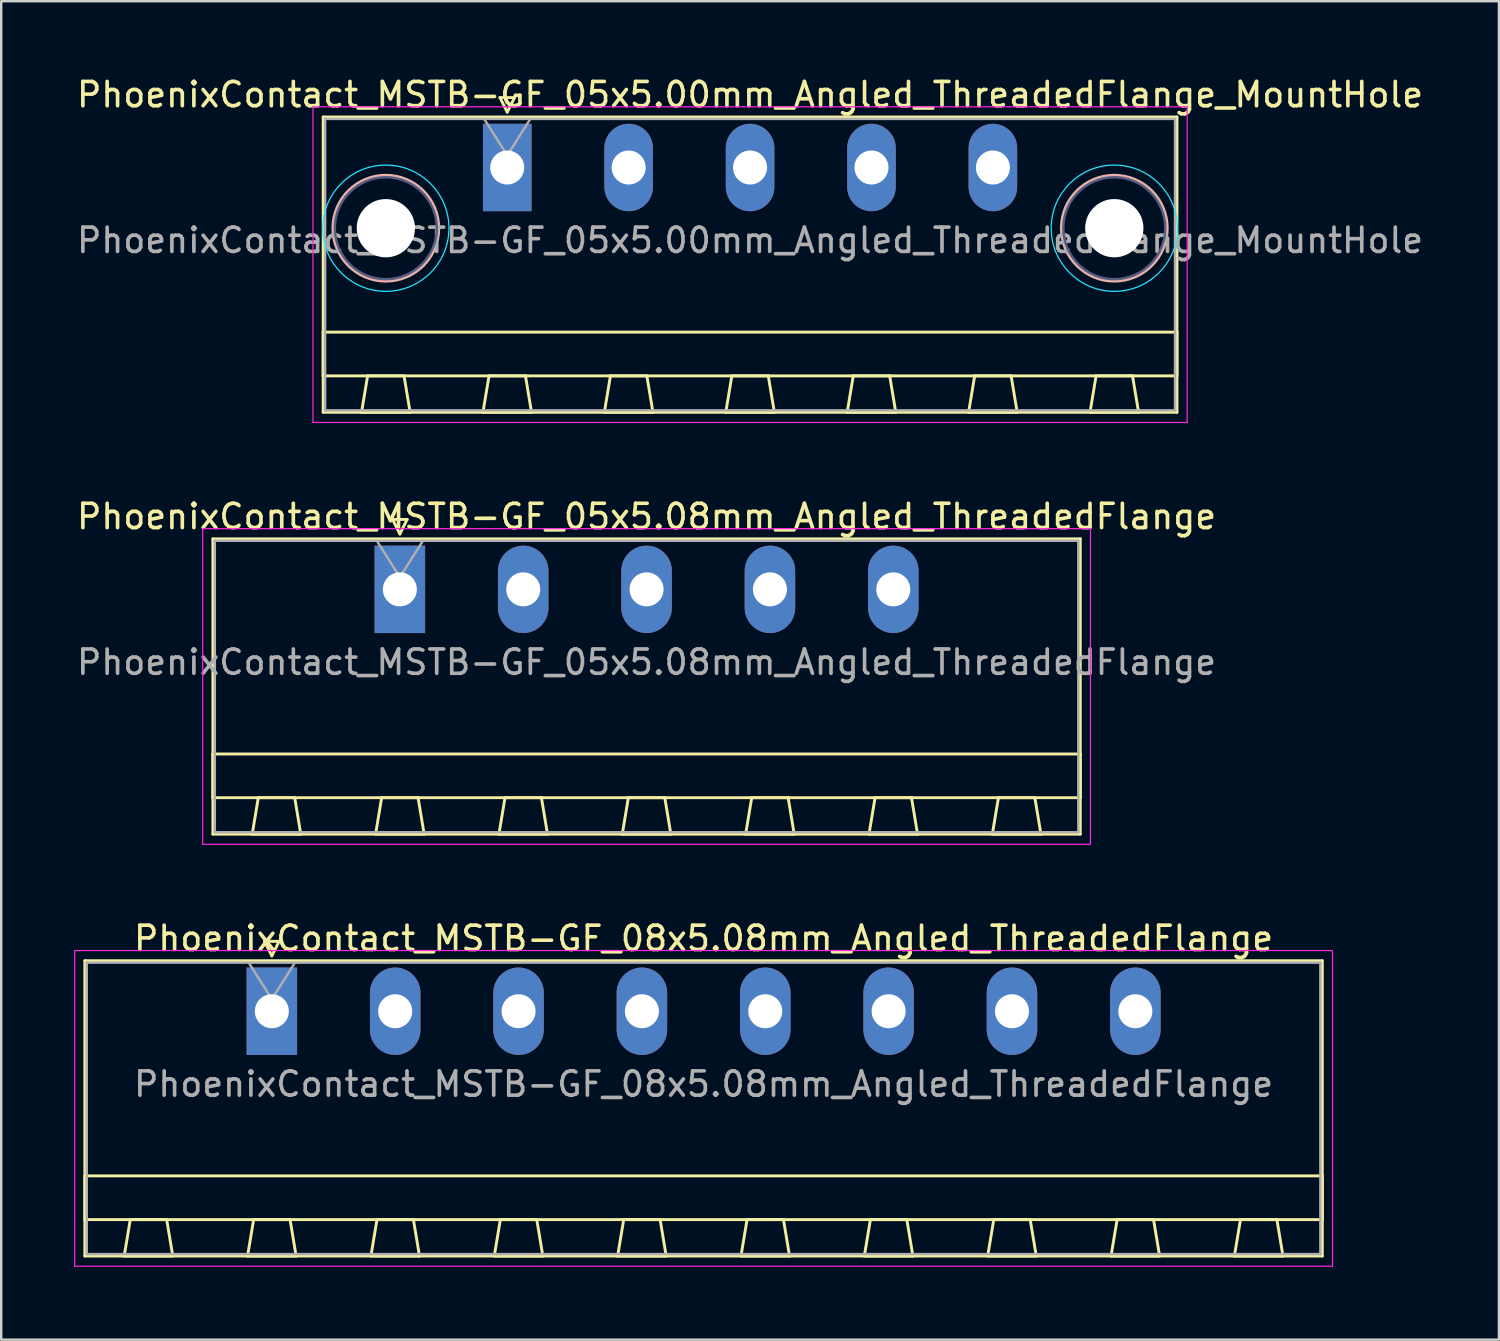
<source format=kicad_pcb>
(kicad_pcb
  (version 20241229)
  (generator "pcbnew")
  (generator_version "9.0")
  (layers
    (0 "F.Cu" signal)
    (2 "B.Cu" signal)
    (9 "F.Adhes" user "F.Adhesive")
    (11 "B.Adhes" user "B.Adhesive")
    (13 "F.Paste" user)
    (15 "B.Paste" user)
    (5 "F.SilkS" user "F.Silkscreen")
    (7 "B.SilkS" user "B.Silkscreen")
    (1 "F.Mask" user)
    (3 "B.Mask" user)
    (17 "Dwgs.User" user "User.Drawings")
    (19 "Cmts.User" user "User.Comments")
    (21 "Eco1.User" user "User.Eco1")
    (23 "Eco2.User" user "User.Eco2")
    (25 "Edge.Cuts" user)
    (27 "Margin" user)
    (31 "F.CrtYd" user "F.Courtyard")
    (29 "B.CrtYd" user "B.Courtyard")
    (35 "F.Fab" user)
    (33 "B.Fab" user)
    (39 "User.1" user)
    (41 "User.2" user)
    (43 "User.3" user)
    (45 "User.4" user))
  (footprint "PhoenixContact_MSTB-GF_05x5.08mm_Angled_ThreadedFlange"
    (layer "F.Cu")
    (at 13.417 21.221)
    (property "Reference" "PhoenixContact_MSTB-GF_05x5.08mm_Angled_ThreadedFlange" (at 10.16 -3 0) (layer "F.SilkS") (effects (font (size 1 1) (thickness 0.15))))
    (attr through_hole)
    (fp_line (start -7.7 -2.08) (end -7.7 10.08) (stroke (width 0.12) (type solid)) (layer "F.SilkS"))
    (fp_line (start -7.7 6.78) (end 28.02 6.78) (stroke (width 0.12) (type solid)) (layer "F.SilkS"))
    (fp_line (start -7.7 8.58) (end -7.7 6.78) (stroke (width 0.12) (type solid)) (layer "F.SilkS"))
    (fp_line (start -7.7 10.08) (end 28.02 10.08) (stroke (width 0.12) (type solid)) (layer "F.SilkS"))
    (fp_line (start -6.08 10.08) (end -4.08 10.08) (stroke (width 0.12) (type solid)) (layer "F.SilkS"))
    (fp_line (start -5.83 8.58) (end -6.08 10.08) (stroke (width 0.12) (type solid)) (layer "F.SilkS"))
    (fp_line (start -4.33 8.58) (end -5.83 8.58) (stroke (width 0.12) (type solid)) (layer "F.SilkS"))
    (fp_line (start -4.08 10.08) (end -4.33 8.58) (stroke (width 0.12) (type solid)) (layer "F.SilkS"))
    (fp_line (start -1 10.08) (end 1 10.08) (stroke (width 0.12) (type solid)) (layer "F.SilkS"))
    (fp_line (start -0.75 8.58) (end -1 10.08) (stroke (width 0.12) (type solid)) (layer "F.SilkS"))
    (fp_line (start -0.3 -2.88) (end 0.3 -2.88) (stroke (width 0.12) (type solid)) (layer "F.SilkS"))
    (fp_line (start 0 -2.28) (end -0.3 -2.88) (stroke (width 0.12) (type solid)) (layer "F.SilkS"))
    (fp_line (start 0.3 -2.88) (end 0 -2.28) (stroke (width 0.12) (type solid)) (layer "F.SilkS"))
    (fp_line (start 0.75 8.58) (end -0.75 8.58) (stroke (width 0.12) (type solid)) (layer "F.SilkS"))
    (fp_line (start 1 10.08) (end 0.75 8.58) (stroke (width 0.12) (type solid)) (layer "F.SilkS"))
    (fp_line (start 4.08 10.08) (end 6.08 10.08) (stroke (width 0.12) (type solid)) (layer "F.SilkS"))
    (fp_line (start 4.33 8.58) (end 4.08 10.08) (stroke (width 0.12) (type solid)) (layer "F.SilkS"))
    (fp_line (start 5.83 8.58) (end 4.33 8.58) (stroke (width 0.12) (type solid)) (layer "F.SilkS"))
    (fp_line (start 6.08 10.08) (end 5.83 8.58) (stroke (width 0.12) (type solid)) (layer "F.SilkS"))
    (fp_line (start 9.16 10.08) (end 11.16 10.08) (stroke (width 0.12) (type solid)) (layer "F.SilkS"))
    (fp_line (start 9.41 8.58) (end 9.16 10.08) (stroke (width 0.12) (type solid)) (layer "F.SilkS"))
    (fp_line (start 10.91 8.58) (end 9.41 8.58) (stroke (width 0.12) (type solid)) (layer "F.SilkS"))
    (fp_line (start 11.16 10.08) (end 10.91 8.58) (stroke (width 0.12) (type solid)) (layer "F.SilkS"))
    (fp_line (start 14.24 10.08) (end 16.24 10.08) (stroke (width 0.12) (type solid)) (layer "F.SilkS"))
    (fp_line (start 14.49 8.58) (end 14.24 10.08) (stroke (width 0.12) (type solid)) (layer "F.SilkS"))
    (fp_line (start 15.99 8.58) (end 14.49 8.58) (stroke (width 0.12) (type solid)) (layer "F.SilkS"))
    (fp_line (start 16.24 10.08) (end 15.99 8.58) (stroke (width 0.12) (type solid)) (layer "F.SilkS"))
    (fp_line (start 19.32 10.08) (end 21.32 10.08) (stroke (width 0.12) (type solid)) (layer "F.SilkS"))
    (fp_line (start 19.57 8.58) (end 19.32 10.08) (stroke (width 0.12) (type solid)) (layer "F.SilkS"))
    (fp_line (start 21.07 8.58) (end 19.57 8.58) (stroke (width 0.12) (type solid)) (layer "F.SilkS"))
    (fp_line (start 21.32 10.08) (end 21.07 8.58) (stroke (width 0.12) (type solid)) (layer "F.SilkS"))
    (fp_line (start 24.4 10.08) (end 26.4 10.08) (stroke (width 0.12) (type solid)) (layer "F.SilkS"))
    (fp_line (start 24.65 8.58) (end 24.4 10.08) (stroke (width 0.12) (type solid)) (layer "F.SilkS"))
    (fp_line (start 26.15 8.58) (end 24.65 8.58) (stroke (width 0.12) (type solid)) (layer "F.SilkS"))
    (fp_line (start 26.4 10.08) (end 26.15 8.58) (stroke (width 0.12) (type solid)) (layer "F.SilkS"))
    (fp_line (start 28.02 -2.08) (end -7.7 -2.08) (stroke (width 0.12) (type solid)) (layer "F.SilkS"))
    (fp_line (start 28.02 6.78) (end 28.02 8.58) (stroke (width 0.12) (type solid)) (layer "F.SilkS"))
    (fp_line (start 28.02 8.58) (end -7.7 8.58) (stroke (width 0.12) (type solid)) (layer "F.SilkS"))
    (fp_line (start 28.02 10.08) (end 28.02 -2.08) (stroke (width 0.12) (type solid)) (layer "F.SilkS"))
    (fp_line (start -8.12 -2.5) (end -8.12 10.5) (stroke (width 0.05) (type solid)) (layer "F.CrtYd"))
    (fp_line (start -8.12 10.5) (end 28.44 10.5) (stroke (width 0.05) (type solid)) (layer "F.CrtYd"))
    (fp_line (start 28.44 -2.5) (end -8.12 -2.5) (stroke (width 0.05) (type solid)) (layer "F.CrtYd"))
    (fp_line (start 28.44 10.5) (end 28.44 -2.5) (stroke (width 0.05) (type solid)) (layer "F.CrtYd"))
    (fp_line (start -7.62 -2) (end -7.62 10) (stroke (width 0.1) (type solid)) (layer "F.Fab"))
    (fp_line (start -7.62 10) (end 27.94 10) (stroke (width 0.1) (type solid)) (layer "F.Fab"))
    (fp_line (start 0 -0.5) (end -0.95 -2) (stroke (width 0.1) (type solid)) (layer "F.Fab"))
    (fp_line (start 0.95 -2) (end 0 -0.5) (stroke (width 0.1) (type solid)) (layer "F.Fab"))
    (fp_line (start 27.94 -2) (end -7.62 -2) (stroke (width 0.1) (type solid)) (layer "F.Fab"))
    (fp_line (start 27.94 10) (end 27.94 -2) (stroke (width 0.1) (type solid)) (layer "F.Fab"))
    (fp_text user "${REFERENCE}" (at 10.16 3 0) (layer "F.Fab") (effects (font (size 1 1) (thickness 0.15))))
    (pad "1" thru_hole rect (at 0 0) (size 2.08 3.6) (drill 1.4) (layers "*.Cu" "*.Mask"))
    (pad "2" thru_hole oval (at 5.08 0) (size 2.08 3.6) (drill 1.4) (layers "*.Cu" "*.Mask"))
    (pad "3" thru_hole oval (at 10.16 0) (size 2.08 3.6) (drill 1.4) (layers "*.Cu" "*.Mask"))
    (pad "4" thru_hole oval (at 15.24 0) (size 2.08 3.6) (drill 1.4) (layers "*.Cu" "*.Mask"))
    (pad "5" thru_hole oval (at 20.32 0) (size 2.08 3.6) (drill 1.4) (layers "*.Cu" "*.Mask")))
  (footprint "PhoenixContact_MSTB-GF_05x5.00mm_Angled_ThreadedFlange_MountHole"
    (layer "F.Cu")
    (at 17.839 3.848)
    (property "Reference" "PhoenixContact_MSTB-GF_05x5.00mm_Angled_ThreadedFlange_MountHole" (at 10 -3 0) (layer "F.SilkS") (effects (font (size 1 1) (thickness 0.15))))
    (attr through_hole)
    (fp_line (start -7.58 -2.08) (end -7.58 10.08) (stroke (width 0.12) (type solid)) (layer "F.SilkS"))
    (fp_line (start -7.58 6.78) (end 27.58 6.78) (stroke (width 0.12) (type solid)) (layer "F.SilkS"))
    (fp_line (start -7.58 8.58) (end -7.58 6.78) (stroke (width 0.12) (type solid)) (layer "F.SilkS"))
    (fp_line (start -7.58 10.08) (end 27.58 10.08) (stroke (width 0.12) (type solid)) (layer "F.SilkS"))
    (fp_line (start -6 10.08) (end -4 10.08) (stroke (width 0.12) (type solid)) (layer "F.SilkS"))
    (fp_line (start -5.75 8.58) (end -6 10.08) (stroke (width 0.12) (type solid)) (layer "F.SilkS"))
    (fp_line (start -4.25 8.58) (end -5.75 8.58) (stroke (width 0.12) (type solid)) (layer "F.SilkS"))
    (fp_line (start -4 10.08) (end -4.25 8.58) (stroke (width 0.12) (type solid)) (layer "F.SilkS"))
    (fp_line (start -1 10.08) (end 1 10.08) (stroke (width 0.12) (type solid)) (layer "F.SilkS"))
    (fp_line (start -0.75 8.58) (end -1 10.08) (stroke (width 0.12) (type solid)) (layer "F.SilkS"))
    (fp_line (start -0.3 -2.88) (end 0.3 -2.88) (stroke (width 0.12) (type solid)) (layer "F.SilkS"))
    (fp_line (start 0 -2.28) (end -0.3 -2.88) (stroke (width 0.12) (type solid)) (layer "F.SilkS"))
    (fp_line (start 0.3 -2.88) (end 0 -2.28) (stroke (width 0.12) (type solid)) (layer "F.SilkS"))
    (fp_line (start 0.75 8.58) (end -0.75 8.58) (stroke (width 0.12) (type solid)) (layer "F.SilkS"))
    (fp_line (start 1 10.08) (end 0.75 8.58) (stroke (width 0.12) (type solid)) (layer "F.SilkS"))
    (fp_line (start 4 10.08) (end 6 10.08) (stroke (width 0.12) (type solid)) (layer "F.SilkS"))
    (fp_line (start 4.25 8.58) (end 4 10.08) (stroke (width 0.12) (type solid)) (layer "F.SilkS"))
    (fp_line (start 5.75 8.58) (end 4.25 8.58) (stroke (width 0.12) (type solid)) (layer "F.SilkS"))
    (fp_line (start 6 10.08) (end 5.75 8.58) (stroke (width 0.12) (type solid)) (layer "F.SilkS"))
    (fp_line (start 9 10.08) (end 11 10.08) (stroke (width 0.12) (type solid)) (layer "F.SilkS"))
    (fp_line (start 9.25 8.58) (end 9 10.08) (stroke (width 0.12) (type solid)) (layer "F.SilkS"))
    (fp_line (start 10.75 8.58) (end 9.25 8.58) (stroke (width 0.12) (type solid)) (layer "F.SilkS"))
    (fp_line (start 11 10.08) (end 10.75 8.58) (stroke (width 0.12) (type solid)) (layer "F.SilkS"))
    (fp_line (start 14 10.08) (end 16 10.08) (stroke (width 0.12) (type solid)) (layer "F.SilkS"))
    (fp_line (start 14.25 8.58) (end 14 10.08) (stroke (width 0.12) (type solid)) (layer "F.SilkS"))
    (fp_line (start 15.75 8.58) (end 14.25 8.58) (stroke (width 0.12) (type solid)) (layer "F.SilkS"))
    (fp_line (start 16 10.08) (end 15.75 8.58) (stroke (width 0.12) (type solid)) (layer "F.SilkS"))
    (fp_line (start 19 10.08) (end 21 10.08) (stroke (width 0.12) (type solid)) (layer "F.SilkS"))
    (fp_line (start 19.25 8.58) (end 19 10.08) (stroke (width 0.12) (type solid)) (layer "F.SilkS"))
    (fp_line (start 20.75 8.58) (end 19.25 8.58) (stroke (width 0.12) (type solid)) (layer "F.SilkS"))
    (fp_line (start 21 10.08) (end 20.75 8.58) (stroke (width 0.12) (type solid)) (layer "F.SilkS"))
    (fp_line (start 24 10.08) (end 26 10.08) (stroke (width 0.12) (type solid)) (layer "F.SilkS"))
    (fp_line (start 24.25 8.58) (end 24 10.08) (stroke (width 0.12) (type solid)) (layer "F.SilkS"))
    (fp_line (start 25.75 8.58) (end 24.25 8.58) (stroke (width 0.12) (type solid)) (layer "F.SilkS"))
    (fp_line (start 26 10.08) (end 25.75 8.58) (stroke (width 0.12) (type solid)) (layer "F.SilkS"))
    (fp_line (start 27.58 -2.08) (end -7.58 -2.08) (stroke (width 0.12) (type solid)) (layer "F.SilkS"))
    (fp_line (start 27.58 6.78) (end 27.58 8.58) (stroke (width 0.12) (type solid)) (layer "F.SilkS"))
    (fp_line (start 27.58 8.58) (end -7.58 8.58) (stroke (width 0.12) (type solid)) (layer "F.SilkS"))
    (fp_line (start 27.58 10.08) (end 27.58 -2.08) (stroke (width 0.12) (type solid)) (layer "F.SilkS"))
    (fp_circle (center -5 2.5) (end -2.82 2.5) (stroke (width 0.12) (type solid)) (fill no) (layer "B.SilkS"))
    (fp_circle (center 25 2.5) (end 27.18 2.5) (stroke (width 0.12) (type solid)) (fill no) (layer "B.SilkS"))
    (fp_circle (center -5 2.5) (end -2.4 2.5) (stroke (width 0.05) (type solid)) (fill no) (layer "B.CrtYd"))
    (fp_circle (center 25 2.5) (end 27.6 2.5) (stroke (width 0.05) (type solid)) (fill no) (layer "B.CrtYd"))
    (fp_line (start -8 -2.5) (end -8 10.5) (stroke (width 0.05) (type solid)) (layer "F.CrtYd"))
    (fp_line (start -8 10.5) (end 28 10.5) (stroke (width 0.05) (type solid)) (layer "F.CrtYd"))
    (fp_line (start 28 -2.5) (end -8 -2.5) (stroke (width 0.05) (type solid)) (layer "F.CrtYd"))
    (fp_line (start 28 10.5) (end 28 -2.5) (stroke (width 0.05) (type solid)) (layer "F.CrtYd"))
    (fp_circle (center -5 2.5) (end -2.9 2.5) (stroke (width 0.1) (type solid)) (fill no) (layer "B.Fab"))
    (fp_circle (center 25 2.5) (end 27.1 2.5) (stroke (width 0.1) (type solid)) (fill no) (layer "B.Fab"))
    (fp_line (start -7.5 -2) (end -7.5 10) (stroke (width 0.1) (type solid)) (layer "F.Fab"))
    (fp_line (start -7.5 10) (end 27.5 10) (stroke (width 0.1) (type solid)) (layer "F.Fab"))
    (fp_line (start 0 -0.5) (end -0.95 -2) (stroke (width 0.1) (type solid)) (layer "F.Fab"))
    (fp_line (start 0.95 -2) (end 0 -0.5) (stroke (width 0.1) (type solid)) (layer "F.Fab"))
    (fp_line (start 27.5 -2) (end -7.5 -2) (stroke (width 0.1) (type solid)) (layer "F.Fab"))
    (fp_line (start 27.5 10) (end 27.5 -2) (stroke (width 0.1) (type solid)) (layer "F.Fab"))
    (fp_text user "${REFERENCE}" (at 10 3 0) (layer "F.Fab") (effects (font (size 1 1) (thickness 0.15))))
    (pad "" np_thru_hole circle (at -5 2.5) (size 2.4 2.4) (drill 2.4) (layers "*.Cu" "*.Mask"))
    (pad "" np_thru_hole circle (at 25 2.5) (size 2.4 2.4) (drill 2.4) (layers "*.Cu" "*.Mask"))
    (pad "1" thru_hole rect (at 0 0) (size 2 3.6) (drill 1.4) (layers "*.Cu" "*.Mask"))
    (pad "2" thru_hole oval (at 5 0) (size 2 3.6) (drill 1.4) (layers "*.Cu" "*.Mask"))
    (pad "3" thru_hole oval (at 10 0) (size 2 3.6) (drill 1.4) (layers "*.Cu" "*.Mask"))
    (pad "4" thru_hole oval (at 15 0) (size 2 3.6) (drill 1.4) (layers "*.Cu" "*.Mask"))
    (pad "5" thru_hole oval (at 20 0) (size 2 3.6) (drill 1.4) (layers "*.Cu" "*.Mask")))
  (footprint "PhoenixContact_MSTB-GF_08x5.08mm_Angled_ThreadedFlange"
    (layer "F.Cu")
    (at 8.145 38.595)
    (property "Reference" "PhoenixContact_MSTB-GF_08x5.08mm_Angled_ThreadedFlange" (at 17.78 -3 0) (layer "F.SilkS") (effects (font (size 1 1) (thickness 0.15))))
    (attr through_hole)
    (fp_line (start -7.7 -2.08) (end -7.7 10.08) (stroke (width 0.12) (type solid)) (layer "F.SilkS"))
    (fp_line (start -7.7 6.78) (end 43.26 6.78) (stroke (width 0.12) (type solid)) (layer "F.SilkS"))
    (fp_line (start -7.7 8.58) (end -7.7 6.78) (stroke (width 0.12) (type solid)) (layer "F.SilkS"))
    (fp_line (start -7.7 10.08) (end 43.26 10.08) (stroke (width 0.12) (type solid)) (layer "F.SilkS"))
    (fp_line (start -6.08 10.08) (end -4.08 10.08) (stroke (width 0.12) (type solid)) (layer "F.SilkS"))
    (fp_line (start -5.83 8.58) (end -6.08 10.08) (stroke (width 0.12) (type solid)) (layer "F.SilkS"))
    (fp_line (start -4.33 8.58) (end -5.83 8.58) (stroke (width 0.12) (type solid)) (layer "F.SilkS"))
    (fp_line (start -4.08 10.08) (end -4.33 8.58) (stroke (width 0.12) (type solid)) (layer "F.SilkS"))
    (fp_line (start -1 10.08) (end 1 10.08) (stroke (width 0.12) (type solid)) (layer "F.SilkS"))
    (fp_line (start -0.75 8.58) (end -1 10.08) (stroke (width 0.12) (type solid)) (layer "F.SilkS"))
    (fp_line (start -0.3 -2.88) (end 0.3 -2.88) (stroke (width 0.12) (type solid)) (layer "F.SilkS"))
    (fp_line (start 0 -2.28) (end -0.3 -2.88) (stroke (width 0.12) (type solid)) (layer "F.SilkS"))
    (fp_line (start 0.3 -2.88) (end 0 -2.28) (stroke (width 0.12) (type solid)) (layer "F.SilkS"))
    (fp_line (start 0.75 8.58) (end -0.75 8.58) (stroke (width 0.12) (type solid)) (layer "F.SilkS"))
    (fp_line (start 1 10.08) (end 0.75 8.58) (stroke (width 0.12) (type solid)) (layer "F.SilkS"))
    (fp_line (start 4.08 10.08) (end 6.08 10.08) (stroke (width 0.12) (type solid)) (layer "F.SilkS"))
    (fp_line (start 4.33 8.58) (end 4.08 10.08) (stroke (width 0.12) (type solid)) (layer "F.SilkS"))
    (fp_line (start 5.83 8.58) (end 4.33 8.58) (stroke (width 0.12) (type solid)) (layer "F.SilkS"))
    (fp_line (start 6.08 10.08) (end 5.83 8.58) (stroke (width 0.12) (type solid)) (layer "F.SilkS"))
    (fp_line (start 9.16 10.08) (end 11.16 10.08) (stroke (width 0.12) (type solid)) (layer "F.SilkS"))
    (fp_line (start 9.41 8.58) (end 9.16 10.08) (stroke (width 0.12) (type solid)) (layer "F.SilkS"))
    (fp_line (start 10.91 8.58) (end 9.41 8.58) (stroke (width 0.12) (type solid)) (layer "F.SilkS"))
    (fp_line (start 11.16 10.08) (end 10.91 8.58) (stroke (width 0.12) (type solid)) (layer "F.SilkS"))
    (fp_line (start 14.24 10.08) (end 16.24 10.08) (stroke (width 0.12) (type solid)) (layer "F.SilkS"))
    (fp_line (start 14.49 8.58) (end 14.24 10.08) (stroke (width 0.12) (type solid)) (layer "F.SilkS"))
    (fp_line (start 15.99 8.58) (end 14.49 8.58) (stroke (width 0.12) (type solid)) (layer "F.SilkS"))
    (fp_line (start 16.24 10.08) (end 15.99 8.58) (stroke (width 0.12) (type solid)) (layer "F.SilkS"))
    (fp_line (start 19.32 10.08) (end 21.32 10.08) (stroke (width 0.12) (type solid)) (layer "F.SilkS"))
    (fp_line (start 19.57 8.58) (end 19.32 10.08) (stroke (width 0.12) (type solid)) (layer "F.SilkS"))
    (fp_line (start 21.07 8.58) (end 19.57 8.58) (stroke (width 0.12) (type solid)) (layer "F.SilkS"))
    (fp_line (start 21.32 10.08) (end 21.07 8.58) (stroke (width 0.12) (type solid)) (layer "F.SilkS"))
    (fp_line (start 24.4 10.08) (end 26.4 10.08) (stroke (width 0.12) (type solid)) (layer "F.SilkS"))
    (fp_line (start 24.65 8.58) (end 24.4 10.08) (stroke (width 0.12) (type solid)) (layer "F.SilkS"))
    (fp_line (start 26.15 8.58) (end 24.65 8.58) (stroke (width 0.12) (type solid)) (layer "F.SilkS"))
    (fp_line (start 26.4 10.08) (end 26.15 8.58) (stroke (width 0.12) (type solid)) (layer "F.SilkS"))
    (fp_line (start 29.48 10.08) (end 31.48 10.08) (stroke (width 0.12) (type solid)) (layer "F.SilkS"))
    (fp_line (start 29.73 8.58) (end 29.48 10.08) (stroke (width 0.12) (type solid)) (layer "F.SilkS"))
    (fp_line (start 31.23 8.58) (end 29.73 8.58) (stroke (width 0.12) (type solid)) (layer "F.SilkS"))
    (fp_line (start 31.48 10.08) (end 31.23 8.58) (stroke (width 0.12) (type solid)) (layer "F.SilkS"))
    (fp_line (start 34.56 10.08) (end 36.56 10.08) (stroke (width 0.12) (type solid)) (layer "F.SilkS"))
    (fp_line (start 34.81 8.58) (end 34.56 10.08) (stroke (width 0.12) (type solid)) (layer "F.SilkS"))
    (fp_line (start 36.31 8.58) (end 34.81 8.58) (stroke (width 0.12) (type solid)) (layer "F.SilkS"))
    (fp_line (start 36.56 10.08) (end 36.31 8.58) (stroke (width 0.12) (type solid)) (layer "F.SilkS"))
    (fp_line (start 39.64 10.08) (end 41.64 10.08) (stroke (width 0.12) (type solid)) (layer "F.SilkS"))
    (fp_line (start 39.89 8.58) (end 39.64 10.08) (stroke (width 0.12) (type solid)) (layer "F.SilkS"))
    (fp_line (start 41.39 8.58) (end 39.89 8.58) (stroke (width 0.12) (type solid)) (layer "F.SilkS"))
    (fp_line (start 41.64 10.08) (end 41.39 8.58) (stroke (width 0.12) (type solid)) (layer "F.SilkS"))
    (fp_line (start 43.26 -2.08) (end -7.7 -2.08) (stroke (width 0.12) (type solid)) (layer "F.SilkS"))
    (fp_line (start 43.26 6.78) (end 43.26 8.58) (stroke (width 0.12) (type solid)) (layer "F.SilkS"))
    (fp_line (start 43.26 8.58) (end -7.7 8.58) (stroke (width 0.12) (type solid)) (layer "F.SilkS"))
    (fp_line (start 43.26 10.08) (end 43.26 -2.08) (stroke (width 0.12) (type solid)) (layer "F.SilkS"))
    (fp_line (start -8.12 -2.5) (end -8.12 10.5) (stroke (width 0.05) (type solid)) (layer "F.CrtYd"))
    (fp_line (start -8.12 10.5) (end 43.68 10.5) (stroke (width 0.05) (type solid)) (layer "F.CrtYd"))
    (fp_line (start 43.68 -2.5) (end -8.12 -2.5) (stroke (width 0.05) (type solid)) (layer "F.CrtYd"))
    (fp_line (start 43.68 10.5) (end 43.68 -2.5) (stroke (width 0.05) (type solid)) (layer "F.CrtYd"))
    (fp_line (start -7.62 -2) (end -7.62 10) (stroke (width 0.1) (type solid)) (layer "F.Fab"))
    (fp_line (start -7.62 10) (end 43.18 10) (stroke (width 0.1) (type solid)) (layer "F.Fab"))
    (fp_line (start 0 -0.5) (end -0.95 -2) (stroke (width 0.1) (type solid)) (layer "F.Fab"))
    (fp_line (start 0.95 -2) (end 0 -0.5) (stroke (width 0.1) (type solid)) (layer "F.Fab"))
    (fp_line (start 43.18 -2) (end -7.62 -2) (stroke (width 0.1) (type solid)) (layer "F.Fab"))
    (fp_line (start 43.18 10) (end 43.18 -2) (stroke (width 0.1) (type solid)) (layer "F.Fab"))
    (fp_text user "${REFERENCE}" (at 17.78 3 0) (layer "F.Fab") (effects (font (size 1 1) (thickness 0.15))))
    (pad "1" thru_hole rect (at 0 0) (size 2.08 3.6) (drill 1.4) (layers "*.Cu" "*.Mask"))
    (pad "2" thru_hole oval (at 5.08 0) (size 2.08 3.6) (drill 1.4) (layers "*.Cu" "*.Mask"))
    (pad "3" thru_hole oval (at 10.16 0) (size 2.08 3.6) (drill 1.4) (layers "*.Cu" "*.Mask"))
    (pad "4" thru_hole oval (at 15.24 0) (size 2.08 3.6) (drill 1.4) (layers "*.Cu" "*.Mask"))
    (pad "5" thru_hole oval (at 20.32 0) (size 2.08 3.6) (drill 1.4) (layers "*.Cu" "*.Mask"))
    (pad "6" thru_hole oval (at 25.4 0) (size 2.08 3.6) (drill 1.4) (layers "*.Cu" "*.Mask"))
    (pad "7" thru_hole oval (at 30.48 0) (size 2.08 3.6) (drill 1.4) (layers "*.Cu" "*.Mask"))
    (pad "8" thru_hole oval (at 35.56 0) (size 2.08 3.6) (drill 1.4) (layers "*.Cu" "*.Mask")))
  (gr_rect
    (start -3 -3)
    (end 58.679 52.12)
    (stroke (width 0.1) (type default))
    (fill no)
    (layer "Edge.Cuts")))
</source>
